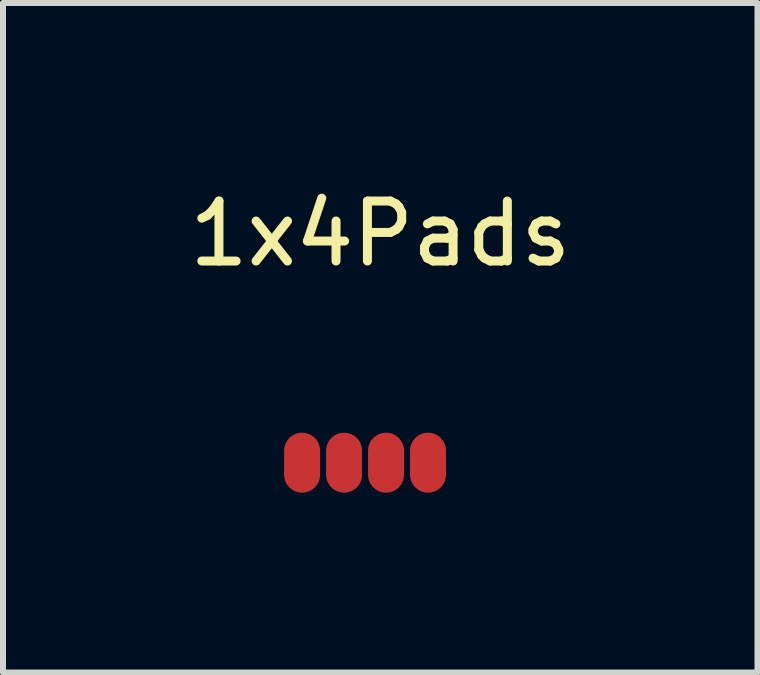
<source format=kicad_pcb>
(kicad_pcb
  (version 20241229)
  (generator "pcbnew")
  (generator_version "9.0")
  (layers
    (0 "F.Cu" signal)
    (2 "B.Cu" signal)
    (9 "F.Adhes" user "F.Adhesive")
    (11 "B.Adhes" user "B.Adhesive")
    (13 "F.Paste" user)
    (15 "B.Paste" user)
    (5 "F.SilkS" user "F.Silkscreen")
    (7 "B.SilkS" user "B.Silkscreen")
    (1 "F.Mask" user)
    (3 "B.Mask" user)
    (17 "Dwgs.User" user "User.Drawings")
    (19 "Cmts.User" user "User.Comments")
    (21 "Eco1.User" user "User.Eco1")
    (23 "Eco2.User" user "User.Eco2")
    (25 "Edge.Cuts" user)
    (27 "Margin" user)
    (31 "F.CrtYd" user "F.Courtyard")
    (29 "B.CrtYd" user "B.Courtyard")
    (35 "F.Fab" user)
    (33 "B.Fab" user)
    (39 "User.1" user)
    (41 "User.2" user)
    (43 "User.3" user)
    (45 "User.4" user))
  (footprint "1x4Pads"
    (layer "F.Cu")
    (at 3.038 4.666)
    (property "Reference" "1x4Pads" (at 0.254 -3.818 0) (layer "F.SilkS") (effects (font (size 1 1) (thickness 0.15))))
    (attr through_hole)
    (pad "1" smd oval (at -1.05 0) (size 0.6 1) (layers "F.Cu" "F.Mask" "F.Paste"))
    (pad "2" smd oval (at -0.35 0) (size 0.6 1) (layers "F.Cu" "F.Mask" "F.Paste"))
    (pad "3" smd oval (at 0.35 0) (size 0.6 1) (layers "F.Cu" "F.Mask" "F.Paste"))
    (pad "4" smd oval (at 1.05 0) (size 0.6 1) (layers "F.Cu" "F.Mask" "F.Paste")))
  (gr_rect
    (start -3 -3)
    (end 9.583 8.166)
    (stroke (width 0.1) (type default))
    (fill no)
    (layer "Edge.Cuts")))
</source>
